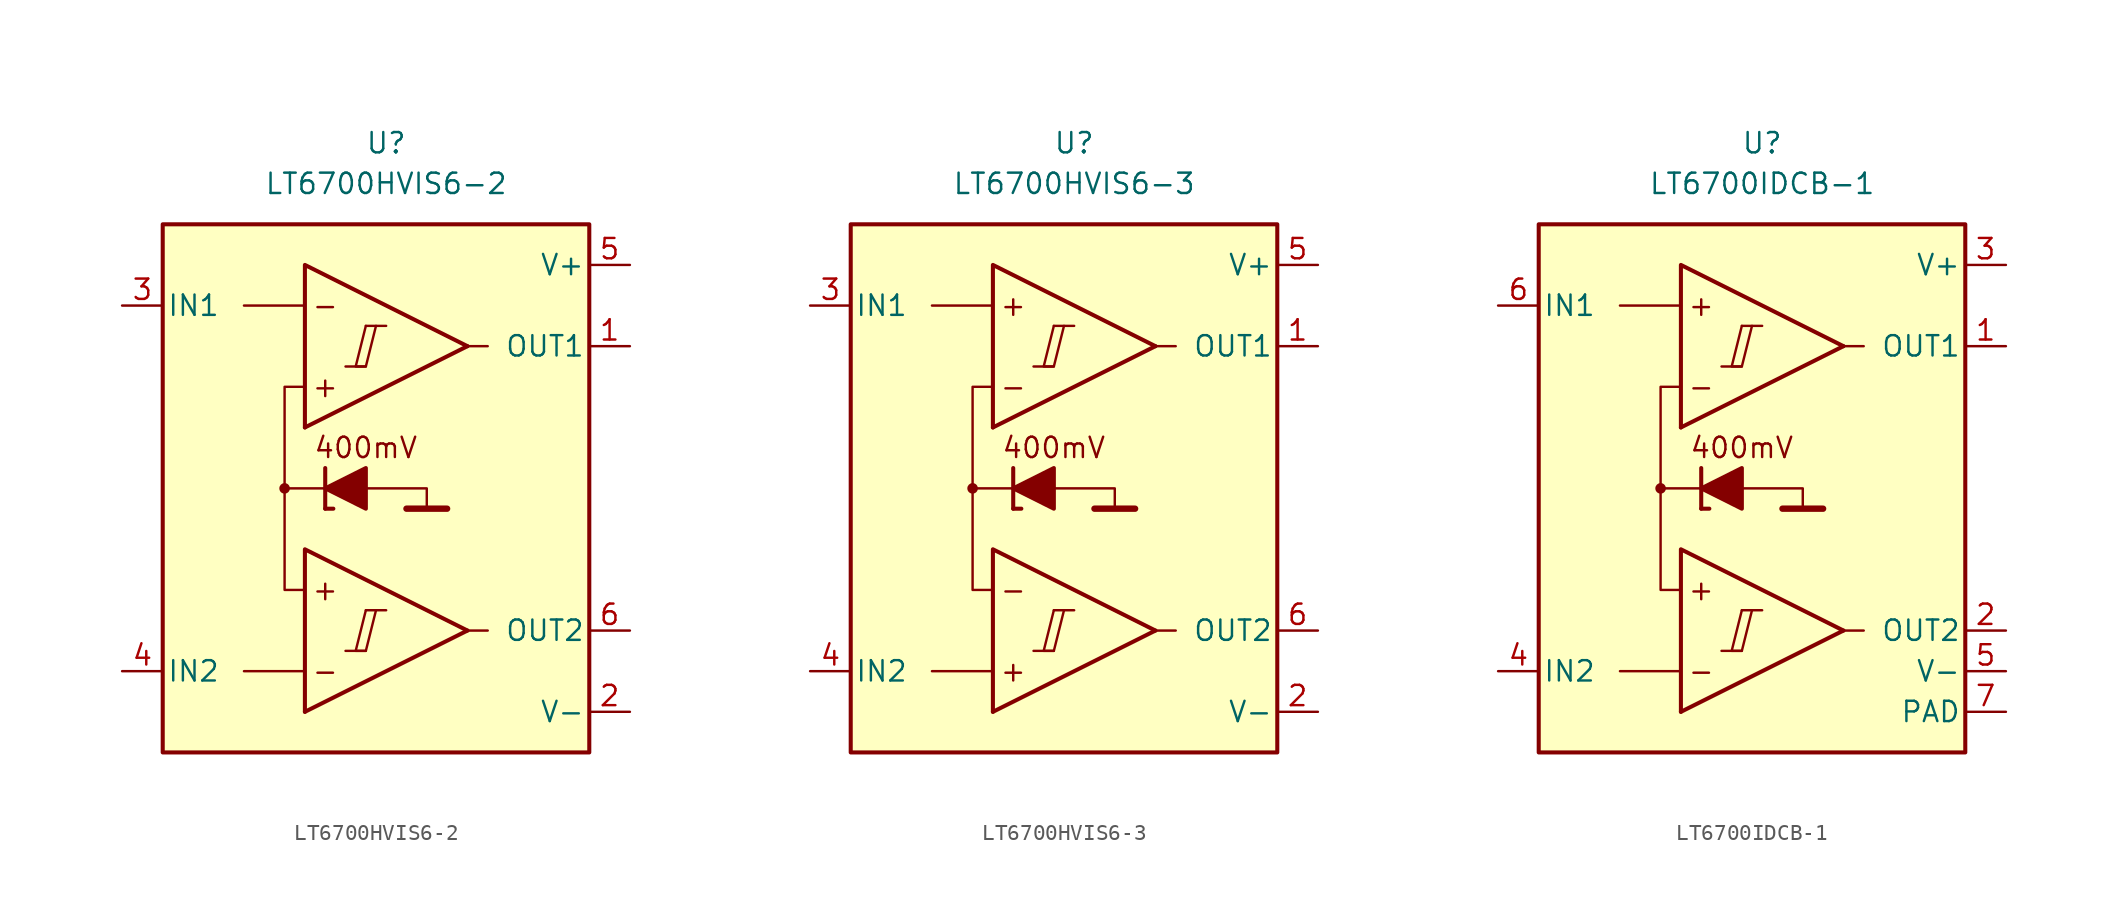
<source format=kicad_sym>
(kicad_symbol_lib
  (version 20231120)
  (generator "kicad_symbol_editor")
  (generator_version "8.0")
  (symbol "LT6700HVIS6-2"
    (pin_names
      (offset 0.254))
    (property "Reference" "U"
      (at 0 22.86 0)
      (effects (font (size 1.27 1.27))))
    (property "Value" "LT6700HVIS6-2"
      (at 0 20.32 0)
      (effects (font (size 1.27 1.27))))
    (symbol "LT6700HVIS6-2_0_0"
      (rectangle (start -13.97 17.78) (end 12.7 -15.24) (stroke (width 0.254) (type default)) (fill (type background)))
      (circle (center -6.35 1.27) (radius 0.254) (stroke (width 0.152) (type default)) (fill (type outline)))
      (polyline (pts (xy -2.54 -8.89) (xy -1.27 -8.89)) (stroke (width 0.152) (type default)) (fill (type none)))
      (polyline (pts (xy -2.54 8.89) (xy -1.27 8.89)) (stroke (width 0.152) (type default)) (fill (type none)))
      (polyline (pts (xy -1.27 -6.35) (xy 0 -6.35)) (stroke (width 0.152) (type default)) (fill (type none)))
      (polyline (pts (xy -1.27 11.43) (xy 0 11.43)) (stroke (width 0.152) (type default)) (fill (type none)))
      (polyline (pts (xy 5.08 -7.62) (xy -5.08 -12.7)) (stroke (width 0.254) (type default)) (fill (type none)))
      (polyline (pts (xy 5.08 10.16) (xy -5.08 5.08)) (stroke (width 0.254) (type default)) (fill (type none)))
      (polyline (pts (xy 5.08 -7.62) (xy -5.08 -2.54) (xy -5.08 -12.7)) (stroke (width 0.254) (type default)) (fill (type background)))
      (polyline (pts (xy 5.08 10.16) (xy -5.08 15.24) (xy -5.08 5.08)) (stroke (width 0.254) (type default)) (fill (type background)))
      (polyline (pts (xy -1.27 -6.35) (xy -1.905 -8.89) (xy -1.27 -8.89) (xy -0.635 -6.35)) (stroke (width 0.152) (type default)) (fill (type none)))
      (polyline (pts (xy -1.27 11.43) (xy -1.905 8.89) (xy -1.27 8.89) (xy -0.635 11.43)) (stroke (width 0.152) (type default)) (fill (type none)))
      (text "+" (at -3.81 -5.08 0) (effects (font (size 1.27 1.27))))
      (text "+" (at -3.81 7.62 0) (effects (font (size 1.27 1.27))))
      (text "-" (at -3.81 -10.16 0) (effects (font (size 1.27 1.27))))
      (text "-" (at -3.81 12.7 0) (effects (font (size 1.27 1.27)))))
    (symbol "LT6700HVIS6-2_0_1"
      (polyline (pts (xy -5.08 -10.16) (xy -8.89 -10.16)) (stroke (width 0) (type default)) (fill (type none)))
      (polyline (pts (xy -5.08 12.7) (xy -8.89 12.7)) (stroke (width 0) (type default)) (fill (type none)))
      (polyline (pts (xy -3.81 0) (xy -3.81 2.54)) (stroke (width 0.254) (type default)) (fill (type none)))
      (polyline (pts (xy -3.81 0) (xy -3.302 0)) (stroke (width 0.254) (type default)) (fill (type none)))
      (polyline (pts (xy -3.81 1.27) (xy -6.35 1.27)) (stroke (width 0.152) (type default)) (fill (type none)))
      (polyline (pts (xy 1.27 0) (xy 3.81 0)) (stroke (width 0.4) (type default)) (fill (type none)))
      (polyline (pts (xy 5.08 -7.62) (xy 6.35 -7.62)) (stroke (width 0) (type default)) (fill (type none)))
      (polyline (pts (xy 5.08 10.16) (xy 6.35 10.16)) (stroke (width 0) (type default)) (fill (type none)))
      (polyline (pts (xy -1.27 1.27) (xy 2.54 1.27) (xy 2.54 0)) (stroke (width 0.152) (type default)) (fill (type none)))
      (polyline (pts (xy -5.08 -5.08) (xy -6.35 -5.08) (xy -6.35 7.62) (xy -5.08 7.62)) (stroke (width 0.152) (type default)) (fill (type none)))
      (polyline (pts (xy -1.27 2.54) (xy -1.27 0) (xy -3.81 1.27) (xy -1.27 2.54)) (stroke (width 0.254) (type default)) (fill (type outline))))
    (symbol "LT6700HVIS6-2_1_0"
      (text "400mV" (at -1.27 3.81 0) (effects (font (size 1.27 1.27)))))
    (symbol "LT6700HVIS6-2_1_1"
      (pin output line (at 15.24 10.16 180) (length 2.54) (name "OUT1" (effects (font (size 1.27 1.27)))) (number "1" (effects (font (size 1.27 1.27)))))
      (pin power_in line (at 15.24 -12.7 180) (length 2.54) (name "V-" (effects (font (size 1.27 1.27)))) (number "2" (effects (font (size 1.27 1.27)))))
      (pin input line (at -16.51 12.7 0) (length 2.54) (name "IN1" (effects (font (size 1.27 1.27)))) (number "3" (effects (font (size 1.27 1.27)))))
      (pin input line (at -16.51 -10.16 0) (length 2.54) (name "IN2" (effects (font (size 1.27 1.27)))) (number "4" (effects (font (size 1.27 1.27)))))
      (pin power_in line (at 15.24 15.24 180) (length 2.54) (name "V+" (effects (font (size 1.27 1.27)))) (number "5" (effects (font (size 1.27 1.27)))))
      (pin output line (at 15.24 -7.62 180) (length 2.54) (name "OUT2" (effects (font (size 1.27 1.27)))) (number "6" (effects (font (size 1.27 1.27)))))))
  (symbol "LT6700HVIS6-3"
    (pin_names
      (offset 0.254))
    (property "Reference" "U"
      (at 0 22.86 0)
      (effects (font (size 1.27 1.27))))
    (property "Value" "LT6700HVIS6-3"
      (at 0 20.32 0)
      (effects (font (size 1.27 1.27))))
    (symbol "LT6700HVIS6-3_0_0"
      (rectangle (start -13.97 17.78) (end 12.7 -15.24) (stroke (width 0.254) (type default)) (fill (type background)))
      (circle (center -6.35 1.27) (radius 0.254) (stroke (width 0.152) (type default)) (fill (type outline)))
      (polyline (pts (xy -2.54 -8.89) (xy -1.27 -8.89)) (stroke (width 0.152) (type default)) (fill (type none)))
      (polyline (pts (xy -2.54 8.89) (xy -1.27 8.89)) (stroke (width 0.152) (type default)) (fill (type none)))
      (polyline (pts (xy -1.27 -6.35) (xy 0 -6.35)) (stroke (width 0.152) (type default)) (fill (type none)))
      (polyline (pts (xy -1.27 11.43) (xy 0 11.43)) (stroke (width 0.152) (type default)) (fill (type none)))
      (polyline (pts (xy 5.08 -7.62) (xy -5.08 -12.7)) (stroke (width 0.254) (type default)) (fill (type none)))
      (polyline (pts (xy 5.08 10.16) (xy -5.08 5.08)) (stroke (width 0.254) (type default)) (fill (type none)))
      (polyline (pts (xy 5.08 -7.62) (xy -5.08 -2.54) (xy -5.08 -12.7)) (stroke (width 0.254) (type default)) (fill (type background)))
      (polyline (pts (xy 5.08 10.16) (xy -5.08 15.24) (xy -5.08 5.08)) (stroke (width 0.254) (type default)) (fill (type background)))
      (polyline (pts (xy -1.27 -6.35) (xy -1.905 -8.89) (xy -1.27 -8.89) (xy -0.635 -6.35)) (stroke (width 0.152) (type default)) (fill (type none)))
      (polyline (pts (xy -1.27 11.43) (xy -1.905 8.89) (xy -1.27 8.89) (xy -0.635 11.43)) (stroke (width 0.152) (type default)) (fill (type none)))
      (text "+" (at -3.81 -10.16 0) (effects (font (size 1.27 1.27))))
      (text "+" (at -3.81 12.7 0) (effects (font (size 1.27 1.27))))
      (text "-" (at -3.81 -5.08 0) (effects (font (size 1.27 1.27))))
      (text "-" (at -3.81 7.62 0) (effects (font (size 1.27 1.27)))))
    (symbol "LT6700HVIS6-3_0_1"
      (polyline (pts (xy -5.08 -10.16) (xy -8.89 -10.16)) (stroke (width 0) (type default)) (fill (type none)))
      (polyline (pts (xy -5.08 12.7) (xy -8.89 12.7)) (stroke (width 0) (type default)) (fill (type none)))
      (polyline (pts (xy -3.81 0) (xy -3.81 2.54)) (stroke (width 0.254) (type default)) (fill (type none)))
      (polyline (pts (xy -3.81 0) (xy -3.302 0)) (stroke (width 0.254) (type default)) (fill (type none)))
      (polyline (pts (xy -3.81 1.27) (xy -6.35 1.27)) (stroke (width 0.152) (type default)) (fill (type none)))
      (polyline (pts (xy 1.27 0) (xy 3.81 0)) (stroke (width 0.4) (type default)) (fill (type none)))
      (polyline (pts (xy 5.08 -7.62) (xy 6.35 -7.62)) (stroke (width 0) (type default)) (fill (type none)))
      (polyline (pts (xy 5.08 10.16) (xy 6.35 10.16)) (stroke (width 0) (type default)) (fill (type none)))
      (polyline (pts (xy -1.27 1.27) (xy 2.54 1.27) (xy 2.54 0)) (stroke (width 0.152) (type default)) (fill (type none)))
      (polyline (pts (xy -5.08 -5.08) (xy -6.35 -5.08) (xy -6.35 7.62) (xy -5.08 7.62)) (stroke (width 0.152) (type default)) (fill (type none)))
      (polyline (pts (xy -1.27 2.54) (xy -1.27 0) (xy -3.81 1.27) (xy -1.27 2.54)) (stroke (width 0.254) (type default)) (fill (type outline))))
    (symbol "LT6700HVIS6-3_1_0"
      (text "400mV" (at -1.27 3.81 0) (effects (font (size 1.27 1.27)))))
    (symbol "LT6700HVIS6-3_1_1"
      (pin output line (at 15.24 10.16 180) (length 2.54) (name "OUT1" (effects (font (size 1.27 1.27)))) (number "1" (effects (font (size 1.27 1.27)))))
      (pin power_in line (at 15.24 -12.7 180) (length 2.54) (name "V-" (effects (font (size 1.27 1.27)))) (number "2" (effects (font (size 1.27 1.27)))))
      (pin input line (at -16.51 12.7 0) (length 2.54) (name "IN1" (effects (font (size 1.27 1.27)))) (number "3" (effects (font (size 1.27 1.27)))))
      (pin input line (at -16.51 -10.16 0) (length 2.54) (name "IN2" (effects (font (size 1.27 1.27)))) (number "4" (effects (font (size 1.27 1.27)))))
      (pin power_in line (at 15.24 15.24 180) (length 2.54) (name "V+" (effects (font (size 1.27 1.27)))) (number "5" (effects (font (size 1.27 1.27)))))
      (pin output line (at 15.24 -7.62 180) (length 2.54) (name "OUT2" (effects (font (size 1.27 1.27)))) (number "6" (effects (font (size 1.27 1.27)))))))
  (symbol "LT6700IDCB-1"
    (pin_names
      (offset 0.254))
    (property "Reference" "U"
      (at 0 22.86 0)
      (effects (font (size 1.27 1.27))))
    (property "Value" "LT6700IDCB-1"
      (at 0 20.32 0)
      (effects (font (size 1.27 1.27))))
    (symbol "LT6700IDCB-1_0_0"
      (rectangle (start -13.97 17.78) (end 12.7 -15.24) (stroke (width 0.254) (type default)) (fill (type background)))
      (circle (center -6.35 1.27) (radius 0.254) (stroke (width 0.152) (type default)) (fill (type outline)))
      (polyline (pts (xy -2.54 -8.89) (xy -1.27 -8.89)) (stroke (width 0.152) (type default)) (fill (type none)))
      (polyline (pts (xy -2.54 8.89) (xy -1.27 8.89)) (stroke (width 0.152) (type default)) (fill (type none)))
      (polyline (pts (xy -1.27 -6.35) (xy 0 -6.35)) (stroke (width 0.152) (type default)) (fill (type none)))
      (polyline (pts (xy -1.27 11.43) (xy 0 11.43)) (stroke (width 0.152) (type default)) (fill (type none)))
      (polyline (pts (xy 5.08 -7.62) (xy -5.08 -12.7)) (stroke (width 0.254) (type default)) (fill (type none)))
      (polyline (pts (xy 5.08 10.16) (xy -5.08 5.08)) (stroke (width 0.254) (type default)) (fill (type none)))
      (polyline (pts (xy 5.08 -7.62) (xy -5.08 -2.54) (xy -5.08 -12.7)) (stroke (width 0.254) (type default)) (fill (type background)))
      (polyline (pts (xy 5.08 10.16) (xy -5.08 15.24) (xy -5.08 5.08)) (stroke (width 0.254) (type default)) (fill (type background)))
      (polyline (pts (xy -1.27 -6.35) (xy -1.905 -8.89) (xy -1.27 -8.89) (xy -0.635 -6.35)) (stroke (width 0.152) (type default)) (fill (type none)))
      (polyline (pts (xy -1.27 11.43) (xy -1.905 8.89) (xy -1.27 8.89) (xy -0.635 11.43)) (stroke (width 0.152) (type default)) (fill (type none)))
      (text "+" (at -3.81 -5.08 0) (effects (font (size 1.27 1.27))))
      (text "+" (at -3.81 12.7 0) (effects (font (size 1.27 1.27))))
      (text "-" (at -3.81 -10.16 0) (effects (font (size 1.27 1.27))))
      (text "-" (at -3.81 7.62 0) (effects (font (size 1.27 1.27)))))
    (symbol "LT6700IDCB-1_0_1"
      (polyline (pts (xy -5.08 -10.16) (xy -8.89 -10.16)) (stroke (width 0) (type default)) (fill (type none)))
      (polyline (pts (xy -5.08 12.7) (xy -8.89 12.7)) (stroke (width 0) (type default)) (fill (type none)))
      (polyline (pts (xy -3.81 0) (xy -3.81 2.54)) (stroke (width 0.254) (type default)) (fill (type none)))
      (polyline (pts (xy -3.81 0) (xy -3.302 0)) (stroke (width 0.254) (type default)) (fill (type none)))
      (polyline (pts (xy -3.81 1.27) (xy -6.35 1.27)) (stroke (width 0.152) (type default)) (fill (type none)))
      (polyline (pts (xy 1.27 0) (xy 3.81 0)) (stroke (width 0.4) (type default)) (fill (type none)))
      (polyline (pts (xy 5.08 -7.62) (xy 6.35 -7.62)) (stroke (width 0) (type default)) (fill (type none)))
      (polyline (pts (xy 5.08 10.16) (xy 6.35 10.16)) (stroke (width 0) (type default)) (fill (type none)))
      (polyline (pts (xy -1.27 1.27) (xy 2.54 1.27) (xy 2.54 0)) (stroke (width 0.152) (type default)) (fill (type none)))
      (polyline (pts (xy -5.08 -5.08) (xy -6.35 -5.08) (xy -6.35 7.62) (xy -5.08 7.62)) (stroke (width 0.152) (type default)) (fill (type none)))
      (polyline (pts (xy -1.27 2.54) (xy -1.27 0) (xy -3.81 1.27) (xy -1.27 2.54)) (stroke (width 0.254) (type default)) (fill (type outline))))
    (symbol "LT6700IDCB-1_1_0"
      (text "400mV" (at -1.27 3.81 0) (effects (font (size 1.27 1.27)))))
    (symbol "LT6700IDCB-1_1_1"
      (pin output line (at 15.24 10.16 180) (length 2.54) (name "OUT1" (effects (font (size 1.27 1.27)))) (number "1" (effects (font (size 1.27 1.27)))))
      (pin output line (at 15.24 -7.62 180) (length 2.54) (name "OUT2" (effects (font (size 1.27 1.27)))) (number "2" (effects (font (size 1.27 1.27)))))
      (pin power_in line (at 15.24 15.24 180) (length 2.54) (name "V+" (effects (font (size 1.27 1.27)))) (number "3" (effects (font (size 1.27 1.27)))))
      (pin input line (at -16.51 -10.16 0) (length 2.54) (name "IN2" (effects (font (size 1.27 1.27)))) (number "4" (effects (font (size 1.27 1.27)))))
      (pin power_in line (at 15.24 -10.16 180) (length 2.54) (name "V-" (effects (font (size 1.27 1.27)))) (number "5" (effects (font (size 1.27 1.27)))))
      (pin input line (at -16.51 12.7 0) (length 2.54) (name "IN1" (effects (font (size 1.27 1.27)))) (number "6" (effects (font (size 1.27 1.27)))))
      (pin power_in line (at 15.24 -12.7 180) (length 2.54) (name "PAD" (effects (font (size 1.27 1.27)))) (number "7" (effects (font (size 1.27 1.27))))))))
</source>
